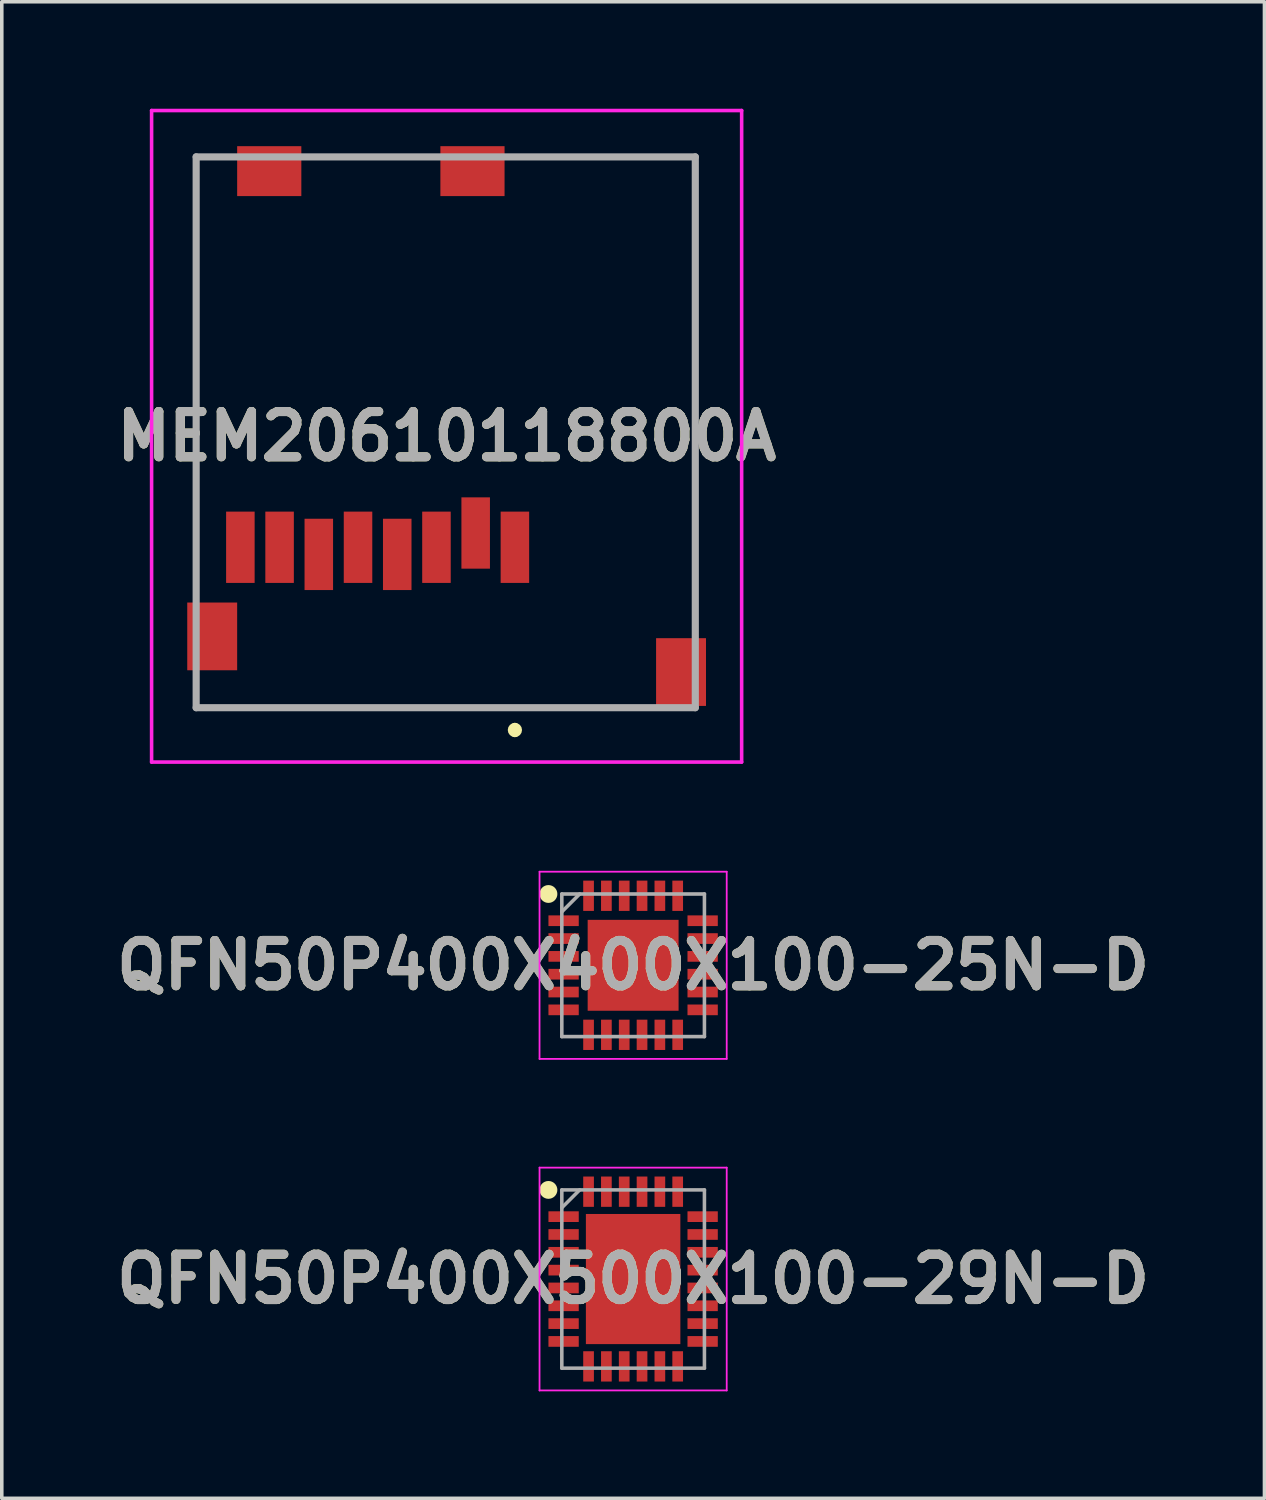
<source format=kicad_pcb>
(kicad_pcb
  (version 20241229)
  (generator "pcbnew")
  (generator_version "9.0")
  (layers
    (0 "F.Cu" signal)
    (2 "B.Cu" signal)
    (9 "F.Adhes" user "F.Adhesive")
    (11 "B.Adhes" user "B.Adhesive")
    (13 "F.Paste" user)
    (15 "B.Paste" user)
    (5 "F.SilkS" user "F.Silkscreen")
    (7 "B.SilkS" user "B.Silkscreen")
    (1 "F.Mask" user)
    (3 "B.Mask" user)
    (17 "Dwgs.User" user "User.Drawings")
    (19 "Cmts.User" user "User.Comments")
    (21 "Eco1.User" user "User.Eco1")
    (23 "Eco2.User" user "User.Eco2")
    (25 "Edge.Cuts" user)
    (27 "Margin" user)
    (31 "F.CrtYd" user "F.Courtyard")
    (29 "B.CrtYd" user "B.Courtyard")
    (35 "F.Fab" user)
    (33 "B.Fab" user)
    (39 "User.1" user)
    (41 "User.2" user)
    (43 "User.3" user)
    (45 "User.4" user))
  (footprint "MEM20610118800A"
    (layer "F.Cu")
    (at 3.692 12.3)
    (property "Reference" "MEM20610118800A" (at 5.785 -3.112 0) (layer "F.SilkS") (effects (font (size 1.27 1.27) (thickness 0.254))))
    (attr smd)
    (fp_line (start -1.24 -10.95) (end -0.64 -10.95) (stroke (width 0.1) (type solid)) (layer "F.SilkS"))
    (fp_line (start -1.24 1.025) (end -1.24 -10.95) (stroke (width 0.1) (type solid)) (layer "F.SilkS"))
    (fp_line (start -1.24 4.5) (end 11.26 4.5) (stroke (width 0.1) (type solid)) (layer "F.SilkS"))
    (fp_line (start 7.7 5.025) (end 7.7 5.025) (stroke (width 0.2) (type solid)) (layer "F.SilkS"))
    (fp_line (start 7.7 5.225) (end 7.7 5.225) (stroke (width 0.2) (type solid)) (layer "F.SilkS"))
    (fp_line (start 7.76 -10.95) (end 12.76 -10.95) (stroke (width 0.1) (type solid)) (layer "F.SilkS"))
    (fp_line (start 12.76 -10.95) (end 12.76 2.825) (stroke (width 0.1) (type solid)) (layer "F.SilkS"))
    (fp_arc (start 7.7 5.025) (mid 7.8 5.125) (end 7.7 5.225) (stroke (width 0.2) (type solid)) (layer "F.SilkS"))
    (fp_arc (start 7.7 5.225) (mid 7.6 5.125) (end 7.7 5.025) (stroke (width 0.2) (type solid)) (layer "F.SilkS"))
    (fp_line (start -2.49 -12.25) (end 14.06 -12.25) (stroke (width 0.1) (type solid)) (layer "F.CrtYd"))
    (fp_line (start -2.49 6.025) (end -2.49 -12.25) (stroke (width 0.1) (type solid)) (layer "F.CrtYd"))
    (fp_line (start 14.06 -12.25) (end 14.06 6.025) (stroke (width 0.1) (type solid)) (layer "F.CrtYd"))
    (fp_line (start 14.06 6.025) (end -2.49 6.025) (stroke (width 0.1) (type solid)) (layer "F.CrtYd"))
    (fp_line (start -1.24 -10.95) (end 12.76 -10.95) (stroke (width 0.2) (type solid)) (layer "F.Fab"))
    (fp_line (start -1.24 4.5) (end -1.24 -10.95) (stroke (width 0.2) (type solid)) (layer "F.Fab"))
    (fp_line (start 12.76 -10.95) (end 12.76 4.5) (stroke (width 0.2) (type solid)) (layer "F.Fab"))
    (fp_line (start 12.76 4.5) (end -1.24 4.5) (stroke (width 0.2) (type solid)) (layer "F.Fab"))
    (fp_text user "${REFERENCE}" (at 5.785 -3.112 0) (layer "F.Fab") (effects (font (size 1.27 1.27) (thickness 0.254))))
    (pad "CD1" smd rect (at 6.51 -10.55 90) (size 1.4 1.8) (layers "F.Cu" "F.Mask" "F.Paste"))
    (pad "CD2" smd rect (at 0.81 -10.55 90) (size 1.4 1.8) (layers "F.Cu" "F.Mask" "F.Paste"))
    (pad "G1" smd rect (at 12.36 3.5) (size 1.4 1.9) (layers "F.Cu" "F.Mask" "F.Paste"))
    (pad "G2" smd rect (at -0.79 2.5) (size 1.4 1.9) (layers "F.Cu" "F.Mask" "F.Paste"))
    (pad "P1" smd rect (at 7.7 0) (size 0.8 2) (layers "F.Cu" "F.Mask" "F.Paste"))
    (pad "P2" smd rect (at 6.6 -0.4) (size 0.8 2) (layers "F.Cu" "F.Mask" "F.Paste"))
    (pad "P3" smd rect (at 5.5 0) (size 0.8 2) (layers "F.Cu" "F.Mask" "F.Paste"))
    (pad "P4" smd rect (at 4.4 0.2) (size 0.8 2) (layers "F.Cu" "F.Mask" "F.Paste"))
    (pad "P5" smd rect (at 3.3 0) (size 0.8 2) (layers "F.Cu" "F.Mask" "F.Paste"))
    (pad "P6" smd rect (at 2.2 0.2) (size 0.8 2) (layers "F.Cu" "F.Mask" "F.Paste"))
    (pad "P7" smd rect (at 1.1 0) (size 0.8 2) (layers "F.Cu" "F.Mask" "F.Paste"))
    (pad "P8" smd rect (at 0 0) (size 0.8 2) (layers "F.Cu" "F.Mask" "F.Paste")))
  (footprint "QFN50P400X500X100-29N-D"
    (layer "F.Cu")
    (at 14.708 32.825)
    (property "Reference" "QFN50P400X500X100-29N-D" (at 0 0 0) (layer "F.SilkS") (effects (font (size 1.27 1.27) (thickness 0.254))))
    (attr smd)
    (fp_circle (center -2.375 -2.5) (end -2.375 -2.375) (stroke (width 0.25) (type solid)) (fill no) (layer "F.SilkS"))
    (fp_line (start -2.625 -3.125) (end 2.625 -3.125) (stroke (width 0.05) (type solid)) (layer "F.CrtYd"))
    (fp_line (start -2.625 3.125) (end -2.625 -3.125) (stroke (width 0.05) (type solid)) (layer "F.CrtYd"))
    (fp_line (start 2.625 -3.125) (end 2.625 3.125) (stroke (width 0.05) (type solid)) (layer "F.CrtYd"))
    (fp_line (start 2.625 3.125) (end -2.625 3.125) (stroke (width 0.05) (type solid)) (layer "F.CrtYd"))
    (fp_line (start -2 -2.5) (end 2 -2.5) (stroke (width 0.1) (type solid)) (layer "F.Fab"))
    (fp_line (start -2 -2) (end -1.5 -2.5) (stroke (width 0.1) (type solid)) (layer "F.Fab"))
    (fp_line (start -2 2.5) (end -2 -2.5) (stroke (width 0.1) (type solid)) (layer "F.Fab"))
    (fp_line (start 2 -2.5) (end 2 2.5) (stroke (width 0.1) (type solid)) (layer "F.Fab"))
    (fp_line (start 2 2.5) (end -2 2.5) (stroke (width 0.1) (type solid)) (layer "F.Fab"))
    (fp_text user "${REFERENCE}" (at 0 0 0) (layer "F.Fab") (effects (font (size 1.27 1.27) (thickness 0.254))))
    (pad "1" smd rect (at -1.95 -1.75 90) (size 0.3 0.85) (layers "F.Cu" "F.Mask" "F.Paste"))
    (pad "2" smd rect (at -1.95 -1.25 90) (size 0.3 0.85) (layers "F.Cu" "F.Mask" "F.Paste"))
    (pad "3" smd rect (at -1.95 -0.75 90) (size 0.3 0.85) (layers "F.Cu" "F.Mask" "F.Paste"))
    (pad "4" smd rect (at -1.95 -0.25 90) (size 0.3 0.85) (layers "F.Cu" "F.Mask" "F.Paste"))
    (pad "5" smd rect (at -1.95 0.25 90) (size 0.3 0.85) (layers "F.Cu" "F.Mask" "F.Paste"))
    (pad "6" smd rect (at -1.95 0.75 90) (size 0.3 0.85) (layers "F.Cu" "F.Mask" "F.Paste"))
    (pad "7" smd rect (at -1.95 1.25 90) (size 0.3 0.85) (layers "F.Cu" "F.Mask" "F.Paste"))
    (pad "8" smd rect (at -1.95 1.75 90) (size 0.3 0.85) (layers "F.Cu" "F.Mask" "F.Paste"))
    (pad "9" smd rect (at -1.25 2.45) (size 0.3 0.85) (layers "F.Cu" "F.Mask" "F.Paste"))
    (pad "10" smd rect (at -0.75 2.45) (size 0.3 0.85) (layers "F.Cu" "F.Mask" "F.Paste"))
    (pad "11" smd rect (at -0.25 2.45) (size 0.3 0.85) (layers "F.Cu" "F.Mask" "F.Paste"))
    (pad "12" smd rect (at 0.25 2.45) (size 0.3 0.85) (layers "F.Cu" "F.Mask" "F.Paste"))
    (pad "13" smd rect (at 0.75 2.45) (size 0.3 0.85) (layers "F.Cu" "F.Mask" "F.Paste"))
    (pad "14" smd rect (at 1.25 2.45) (size 0.3 0.85) (layers "F.Cu" "F.Mask" "F.Paste"))
    (pad "15" smd rect (at 1.95 1.75 90) (size 0.3 0.85) (layers "F.Cu" "F.Mask" "F.Paste"))
    (pad "16" smd rect (at 1.95 1.25 90) (size 0.3 0.85) (layers "F.Cu" "F.Mask" "F.Paste"))
    (pad "17" smd rect (at 1.95 0.75 90) (size 0.3 0.85) (layers "F.Cu" "F.Mask" "F.Paste"))
    (pad "18" smd rect (at 1.95 0.25 90) (size 0.3 0.85) (layers "F.Cu" "F.Mask" "F.Paste"))
    (pad "19" smd rect (at 1.95 -0.25 90) (size 0.3 0.85) (layers "F.Cu" "F.Mask" "F.Paste"))
    (pad "20" smd rect (at 1.95 -0.75 90) (size 0.3 0.85) (layers "F.Cu" "F.Mask" "F.Paste"))
    (pad "21" smd rect (at 1.95 -1.25 90) (size 0.3 0.85) (layers "F.Cu" "F.Mask" "F.Paste"))
    (pad "22" smd rect (at 1.95 -1.75 90) (size 0.3 0.85) (layers "F.Cu" "F.Mask" "F.Paste"))
    (pad "23" smd rect (at 1.25 -2.45) (size 0.3 0.85) (layers "F.Cu" "F.Mask" "F.Paste"))
    (pad "24" smd rect (at 0.75 -2.45) (size 0.3 0.85) (layers "F.Cu" "F.Mask" "F.Paste"))
    (pad "25" smd rect (at 0.25 -2.45) (size 0.3 0.85) (layers "F.Cu" "F.Mask" "F.Paste"))
    (pad "26" smd rect (at -0.25 -2.45) (size 0.3 0.85) (layers "F.Cu" "F.Mask" "F.Paste"))
    (pad "27" smd rect (at -0.75 -2.45) (size 0.3 0.85) (layers "F.Cu" "F.Mask" "F.Paste"))
    (pad "28" smd rect (at -1.25 -2.45) (size 0.3 0.85) (layers "F.Cu" "F.Mask" "F.Paste"))
    (pad "29" smd rect (at 0 0) (size 2.65 3.65) (layers "F.Cu" "F.Mask" "F.Paste")))
  (footprint "QFN50P400X400X100-25N-D"
    (layer "F.Cu")
    (at 14.708 24.025)
    (property "Reference" "QFN50P400X400X100-25N-D" (at 0 0 0) (layer "F.SilkS") (effects (font (size 1.27 1.27) (thickness 0.254))))
    (attr smd)
    (fp_circle (center -2.375 -2) (end -2.375 -1.875) (stroke (width 0.25) (type solid)) (fill no) (layer "F.SilkS"))
    (fp_line (start -2.625 -2.625) (end 2.625 -2.625) (stroke (width 0.05) (type solid)) (layer "F.CrtYd"))
    (fp_line (start -2.625 2.625) (end -2.625 -2.625) (stroke (width 0.05) (type solid)) (layer "F.CrtYd"))
    (fp_line (start 2.625 -2.625) (end 2.625 2.625) (stroke (width 0.05) (type solid)) (layer "F.CrtYd"))
    (fp_line (start 2.625 2.625) (end -2.625 2.625) (stroke (width 0.05) (type solid)) (layer "F.CrtYd"))
    (fp_line (start -2 -2) (end 2 -2) (stroke (width 0.1) (type solid)) (layer "F.Fab"))
    (fp_line (start -2 -1.5) (end -1.5 -2) (stroke (width 0.1) (type solid)) (layer "F.Fab"))
    (fp_line (start -2 2) (end -2 -2) (stroke (width 0.1) (type solid)) (layer "F.Fab"))
    (fp_line (start 2 -2) (end 2 2) (stroke (width 0.1) (type solid)) (layer "F.Fab"))
    (fp_line (start 2 2) (end -2 2) (stroke (width 0.1) (type solid)) (layer "F.Fab"))
    (fp_text user "${REFERENCE}" (at 0 0 0) (layer "F.Fab") (effects (font (size 1.27 1.27) (thickness 0.254))))
    (pad "1" smd rect (at -1.95 -1.25 90) (size 0.3 0.85) (layers "F.Cu" "F.Mask" "F.Paste"))
    (pad "2" smd rect (at -1.95 -0.75 90) (size 0.3 0.85) (layers "F.Cu" "F.Mask" "F.Paste"))
    (pad "3" smd rect (at -1.95 -0.25 90) (size 0.3 0.85) (layers "F.Cu" "F.Mask" "F.Paste"))
    (pad "4" smd rect (at -1.95 0.25 90) (size 0.3 0.85) (layers "F.Cu" "F.Mask" "F.Paste"))
    (pad "5" smd rect (at -1.95 0.75 90) (size 0.3 0.85) (layers "F.Cu" "F.Mask" "F.Paste"))
    (pad "6" smd rect (at -1.95 1.25 90) (size 0.3 0.85) (layers "F.Cu" "F.Mask" "F.Paste"))
    (pad "7" smd rect (at -1.25 1.95) (size 0.3 0.85) (layers "F.Cu" "F.Mask" "F.Paste"))
    (pad "8" smd rect (at -0.75 1.95) (size 0.3 0.85) (layers "F.Cu" "F.Mask" "F.Paste"))
    (pad "9" smd rect (at -0.25 1.95) (size 0.3 0.85) (layers "F.Cu" "F.Mask" "F.Paste"))
    (pad "10" smd rect (at 0.25 1.95) (size 0.3 0.85) (layers "F.Cu" "F.Mask" "F.Paste"))
    (pad "11" smd rect (at 0.75 1.95) (size 0.3 0.85) (layers "F.Cu" "F.Mask" "F.Paste"))
    (pad "12" smd rect (at 1.25 1.95) (size 0.3 0.85) (layers "F.Cu" "F.Mask" "F.Paste"))
    (pad "13" smd rect (at 1.95 1.25 90) (size 0.3 0.85) (layers "F.Cu" "F.Mask" "F.Paste"))
    (pad "14" smd rect (at 1.95 0.75 90) (size 0.3 0.85) (layers "F.Cu" "F.Mask" "F.Paste"))
    (pad "15" smd rect (at 1.95 0.25 90) (size 0.3 0.85) (layers "F.Cu" "F.Mask" "F.Paste"))
    (pad "16" smd rect (at 1.95 -0.25 90) (size 0.3 0.85) (layers "F.Cu" "F.Mask" "F.Paste"))
    (pad "17" smd rect (at 1.95 -0.75 90) (size 0.3 0.85) (layers "F.Cu" "F.Mask" "F.Paste"))
    (pad "18" smd rect (at 1.95 -1.25 90) (size 0.3 0.85) (layers "F.Cu" "F.Mask" "F.Paste"))
    (pad "19" smd rect (at 1.25 -1.95) (size 0.3 0.85) (layers "F.Cu" "F.Mask" "F.Paste"))
    (pad "20" smd rect (at 0.75 -1.95) (size 0.3 0.85) (layers "F.Cu" "F.Mask" "F.Paste"))
    (pad "21" smd rect (at 0.25 -1.95) (size 0.3 0.85) (layers "F.Cu" "F.Mask" "F.Paste"))
    (pad "22" smd rect (at -0.25 -1.95) (size 0.3 0.85) (layers "F.Cu" "F.Mask" "F.Paste"))
    (pad "23" smd rect (at -0.75 -1.95) (size 0.3 0.85) (layers "F.Cu" "F.Mask" "F.Paste"))
    (pad "24" smd rect (at -1.25 -1.95) (size 0.3 0.85) (layers "F.Cu" "F.Mask" "F.Paste"))
    (pad "25" smd rect (at 0 0) (size 2.55 2.55) (layers "F.Cu" "F.Mask" "F.Paste")))
  (gr_rect
    (start -3 -3)
    (end 32.416 38.975)
    (stroke (width 0.1) (type default))
    (fill no)
    (layer "Edge.Cuts")))
</source>
